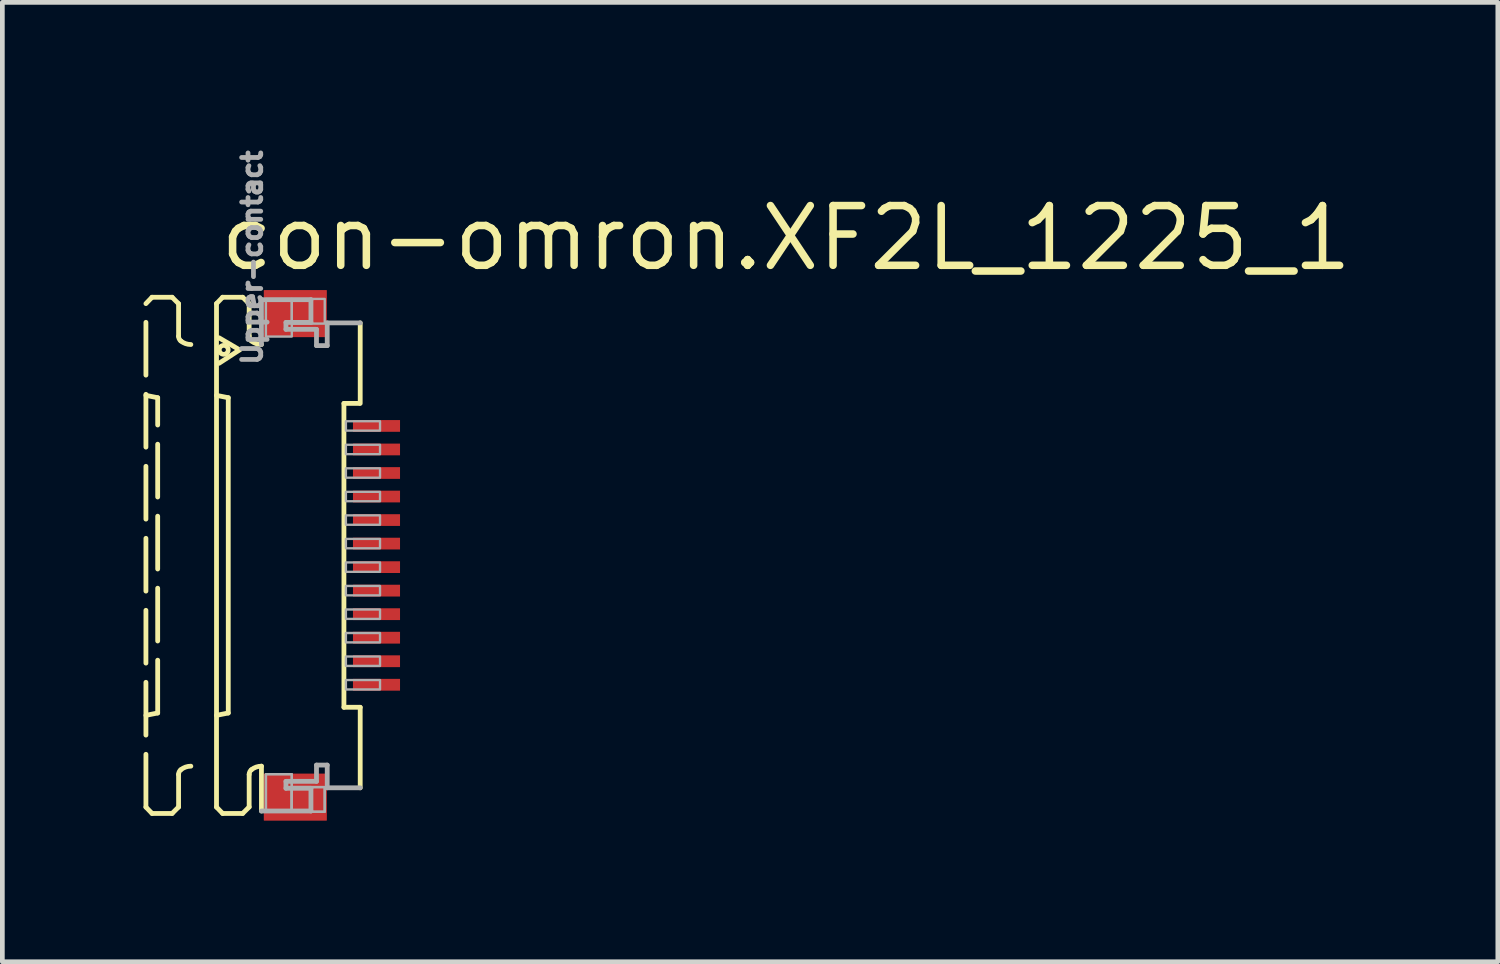
<source format=kicad_pcb>
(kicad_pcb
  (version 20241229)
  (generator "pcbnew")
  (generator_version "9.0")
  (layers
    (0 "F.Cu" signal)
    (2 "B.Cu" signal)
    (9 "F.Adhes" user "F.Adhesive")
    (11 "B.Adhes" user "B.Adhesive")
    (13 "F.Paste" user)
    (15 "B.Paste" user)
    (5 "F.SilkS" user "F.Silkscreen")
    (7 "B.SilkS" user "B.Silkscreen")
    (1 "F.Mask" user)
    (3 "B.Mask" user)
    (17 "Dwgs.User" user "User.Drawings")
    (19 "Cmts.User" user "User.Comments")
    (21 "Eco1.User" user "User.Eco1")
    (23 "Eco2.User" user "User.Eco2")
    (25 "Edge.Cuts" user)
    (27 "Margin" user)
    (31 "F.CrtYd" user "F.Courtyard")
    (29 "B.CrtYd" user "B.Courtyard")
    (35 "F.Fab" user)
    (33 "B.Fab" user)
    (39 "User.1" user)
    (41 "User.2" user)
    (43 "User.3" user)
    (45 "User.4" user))
  (footprint "con-omron.XF2L_1225_1"
    (layer "F.Cu")
    (at 3.046 8.752)
    (property "Reference" "con-omron.XF2L_1225_1" (at -1.5 -6 0) (layer "F.SilkS") (effects (font (size 1.27 1.27) (thickness 0.16)) (justify left bottom)))
    (attr smd)
    (fp_rect (start 1.355 -2.575) (end 2.455 -2.925) (stroke (width 0.05) (type default)) (fill yes) (layer "F.Mask"))
    (fp_rect (start 1.355 -2.075) (end 2.455 -2.425) (stroke (width 0.05) (type default)) (fill yes) (layer "F.Mask"))
    (fp_rect (start 1.355 -1.575) (end 2.455 -1.925) (stroke (width 0.05) (type default)) (fill yes) (layer "F.Mask"))
    (fp_rect (start 1.355 -1.075) (end 2.455 -1.425) (stroke (width 0.05) (type default)) (fill yes) (layer "F.Mask"))
    (fp_rect (start 1.355 -0.575) (end 2.455 -0.925) (stroke (width 0.05) (type default)) (fill yes) (layer "F.Mask"))
    (fp_rect (start 1.355 -0.075) (end 2.455 -0.425) (stroke (width 0.05) (type default)) (fill yes) (layer "F.Mask"))
    (fp_rect (start 1.355 0.425) (end 2.455 0.075) (stroke (width 0.05) (type default)) (fill yes) (layer "F.Mask"))
    (fp_rect (start 1.355 0.925) (end 2.455 0.575) (stroke (width 0.05) (type default)) (fill yes) (layer "F.Mask"))
    (fp_rect (start 1.355 1.425) (end 2.455 1.075) (stroke (width 0.05) (type default)) (fill yes) (layer "F.Mask"))
    (fp_rect (start 1.355 1.925) (end 2.455 1.575) (stroke (width 0.05) (type default)) (fill yes) (layer "F.Mask"))
    (fp_rect (start 1.355 2.425) (end 2.455 2.075) (stroke (width 0.05) (type default)) (fill yes) (layer "F.Mask"))
    (fp_rect (start 1.355 2.925) (end 2.455 2.575) (stroke (width 0.05) (type default)) (fill yes) (layer "F.Mask"))
    (fp_line (start -2.995 -5.35) (end -2.865 -5.485) (stroke (width 0.102) (type default)) (layer "F.SilkS"))
    (fp_line (start -2.995 -3.4) (end -2.745 -3.35) (stroke (width 0.102) (type default)) (layer "F.SilkS"))
    (fp_line (start -2.995 5.35) (end -2.995 -5.35) (stroke (width 0.102) (type dash)) (layer "F.SilkS"))
    (fp_line (start -2.995 5.35) (end -2.865 5.485) (stroke (width 0.102) (type default)) (layer "F.SilkS"))
    (fp_line (start -2.865 -5.485) (end -2.438 -5.485) (stroke (width 0.102) (type dash)) (layer "F.SilkS"))
    (fp_line (start -2.865 5.485) (end -2.438 5.485) (stroke (width 0.102) (type dash)) (layer "F.SilkS"))
    (fp_line (start -2.745 3.35) (end -2.995 3.4) (stroke (width 0.102) (type default)) (layer "F.SilkS"))
    (fp_line (start -2.745 3.35) (end -2.745 -3.35) (stroke (width 0.102) (type dash)) (layer "F.SilkS"))
    (fp_line (start -2.438 -5.485) (end -2.301 -5.348) (stroke (width 0.102) (type default)) (layer "F.SilkS"))
    (fp_line (start -2.438 5.485) (end -2.301 5.348) (stroke (width 0.102) (type default)) (layer "F.SilkS"))
    (fp_line (start -2.301 -5.348) (end -2.301 -4.656) (stroke (width 0.102) (type dash)) (layer "F.SilkS"))
    (fp_line (start -2.301 5.348) (end -2.301 4.656) (stroke (width 0.102) (type dash)) (layer "F.SilkS"))
    (fp_line (start -1.495 -5.35) (end -1.365 -5.485) (stroke (width 0.102) (type default)) (layer "F.SilkS"))
    (fp_line (start -1.495 -3.4) (end -1.245 -3.35) (stroke (width 0.102) (type default)) (layer "F.SilkS"))
    (fp_line (start -1.495 5.35) (end -1.495 -5.35) (stroke (width 0.102) (type default)) (layer "F.SilkS"))
    (fp_line (start -1.495 5.35) (end -1.365 5.485) (stroke (width 0.102) (type default)) (layer "F.SilkS"))
    (fp_line (start -1.441 -4.623) (end -1.005 -4.367) (stroke (width 0.102) (type default)) (layer "F.SilkS"))
    (fp_line (start -1.365 -5.485) (end -0.939 -5.485) (stroke (width 0.102) (type default)) (layer "F.SilkS"))
    (fp_line (start -1.365 5.485) (end -0.939 5.485) (stroke (width 0.102) (type default)) (layer "F.SilkS"))
    (fp_line (start -1.245 3.35) (end -1.495 3.4) (stroke (width 0.102) (type default)) (layer "F.SilkS"))
    (fp_line (start -1.245 3.35) (end -1.245 -3.35) (stroke (width 0.102) (type default)) (layer "F.SilkS"))
    (fp_line (start -1.005 -4.367) (end -1.441 -4.082) (stroke (width 0.102) (type default)) (layer "F.SilkS"))
    (fp_line (start -0.939 -5.485) (end -0.801 -5.348) (stroke (width 0.102) (type default)) (layer "F.SilkS"))
    (fp_line (start -0.939 5.485) (end -0.801 5.348) (stroke (width 0.102) (type default)) (layer "F.SilkS"))
    (fp_line (start -0.801 -5.348) (end -0.801 -4.656) (stroke (width 0.102) (type default)) (layer "F.SilkS"))
    (fp_line (start -0.801 5.348) (end -0.801 4.656) (stroke (width 0.102) (type default)) (layer "F.SilkS"))
    (fp_line (start -0.54 4.48) (end -0.54 5.433) (stroke (width 0.102) (type default)) (layer "F.SilkS"))
    (fp_line (start 1.213 3.229) (end 1.213 -3.229) (stroke (width 0.102) (type default)) (layer "F.SilkS"))
    (fp_line (start 1.538 -3.229) (end 1.213 -3.229) (stroke (width 0.102) (type default)) (layer "F.SilkS"))
    (fp_line (start 1.559 -4.94) (end 1.559 -3.229) (stroke (width 0.102) (type default)) (layer "F.SilkS"))
    (fp_line (start 1.559 3.229) (end 1.213 3.229) (stroke (width 0.102) (type default)) (layer "F.SilkS"))
    (fp_line (start 1.559 4.94) (end 1.559 3.229) (stroke (width 0.102) (type default)) (layer "F.SilkS"))
    (fp_arc (start -2.301 4.6557) (mid -2.288538 4.600596) (end -2.2536 4.5562) (stroke (width 0.1016) (type default)) (layer "F.SilkS"))
    (fp_arc (start -2.2536 -4.5562) (mid -2.288538 -4.600596) (end -2.301 -4.6557) (stroke (width 0.1016) (type default)) (layer "F.SilkS"))
    (fp_arc (start -2.2536 4.5562) (mid -2.153476 4.499936) (end -2.0403 4.4804) (stroke (width 0.1016) (type default)) (layer "F.SilkS"))
    (fp_arc (start -2.0403 -4.4804) (mid -2.153476 -4.499936) (end -2.2536 -4.5562) (stroke (width 0.1016) (type default)) (layer "F.SilkS"))
    (fp_arc (start -0.801 4.6557) (mid -0.788538 4.600596) (end -0.7536 4.5562) (stroke (width 0.1016) (type default)) (layer "F.SilkS"))
    (fp_arc (start -0.7536 -4.5562) (mid -0.788538 -4.600596) (end -0.801 -4.6557) (stroke (width 0.1016) (type default)) (layer "F.SilkS"))
    (fp_arc (start -0.7536 4.5562) (mid -0.653476 4.499936) (end -0.5403 4.4804) (stroke (width 0.1016) (type default)) (layer "F.SilkS"))
    (fp_arc (start -0.5403 -4.4804) (mid -0.653476 -4.499936) (end -0.7536 -4.5562) (stroke (width 0.1016) (type default)) (layer "F.SilkS"))
    (fp_circle (center -1.341 -4.367) (end -1.246 -4.367) (stroke (width 0.1) (type default)) (fill no) (layer "F.SilkS"))
    (fp_line (start -0.54 -5.433) (end 0.512 -5.433) (stroke (width 0.102) (type default)) (layer "F.Fab"))
    (fp_line (start -0.54 -4.48) (end -0.54 -5.433) (stroke (width 0.102) (type default)) (layer "F.Fab"))
    (fp_line (start -0.54 5.433) (end 0.512 5.433) (stroke (width 0.102) (type default)) (layer "F.Fab"))
    (fp_line (start -0.019 -4.95) (end -0.019 -4.803) (stroke (width 0.102) (type default)) (layer "F.Fab"))
    (fp_line (start -0.019 -4.803) (end 0.63 -4.803) (stroke (width 0.102) (type default)) (layer "F.Fab"))
    (fp_line (start -0.019 4.803) (end 0.63 4.803) (stroke (width 0.102) (type default)) (layer "F.Fab"))
    (fp_line (start -0.019 4.95) (end -0.019 4.803) (stroke (width 0.102) (type default)) (layer "F.Fab"))
    (fp_line (start 0.512 -5.433) (end 0.512 -4.95) (stroke (width 0.102) (type default)) (layer "F.Fab"))
    (fp_line (start 0.512 -4.95) (end -0.019 -4.95) (stroke (width 0.102) (type default)) (layer "F.Fab"))
    (fp_line (start 0.512 4.95) (end -0.019 4.95) (stroke (width 0.102) (type default)) (layer "F.Fab"))
    (fp_line (start 0.512 5.433) (end 0.512 4.95) (stroke (width 0.102) (type default)) (layer "F.Fab"))
    (fp_line (start 0.63 -4.803) (end 0.63 -4.457) (stroke (width 0.102) (type default)) (layer "F.Fab"))
    (fp_line (start 0.63 -4.457) (end 0.858 -4.457) (stroke (width 0.102) (type default)) (layer "F.Fab"))
    (fp_line (start 0.63 4.457) (end 0.858 4.457) (stroke (width 0.102) (type default)) (layer "F.Fab"))
    (fp_line (start 0.63 4.803) (end 0.63 4.457) (stroke (width 0.102) (type default)) (layer "F.Fab"))
    (fp_line (start 0.858 -4.94) (end 1.559 -4.94) (stroke (width 0.102) (type default)) (layer "F.Fab"))
    (fp_line (start 0.858 -4.457) (end 0.858 -4.94) (stroke (width 0.102) (type default)) (layer "F.Fab"))
    (fp_line (start 0.858 4.457) (end 0.858 4.94) (stroke (width 0.102) (type default)) (layer "F.Fab"))
    (fp_line (start 0.858 4.94) (end 1.559 4.94) (stroke (width 0.102) (type default)) (layer "F.Fab"))
    (fp_rect (start -0.445 -4.65) (end 0.105 -5.45) (stroke (width 0.05) (type default)) (fill no) (layer "F.Fab"))
    (fp_rect (start -0.445 5.45) (end 0.105 4.65) (stroke (width 0.05) (type default)) (fill no) (layer "F.Fab"))
    (fp_rect (start -0.445 5.45) (end 0.105 4.65) (stroke (width 0.05) (type default)) (fill no) (layer "F.Fab"))
    (fp_rect (start 0.105 -4.925) (end 0.805 -5.45) (stroke (width 0.05) (type default)) (fill no) (layer "F.Fab"))
    (fp_rect (start 0.105 5.45) (end 0.805 4.925) (stroke (width 0.05) (type default)) (fill no) (layer "F.Fab"))
    (fp_rect (start 0.105 5.45) (end 0.805 4.925) (stroke (width 0.05) (type default)) (fill no) (layer "F.Fab"))
    (fp_rect (start 1.255 -2.65) (end 1.98 -2.85) (stroke (width 0.05) (type default)) (fill no) (layer "F.Fab"))
    (fp_rect (start 1.255 -2.15) (end 1.98 -2.35) (stroke (width 0.05) (type default)) (fill no) (layer "F.Fab"))
    (fp_rect (start 1.255 -1.65) (end 1.98 -1.85) (stroke (width 0.05) (type default)) (fill no) (layer "F.Fab"))
    (fp_rect (start 1.255 -1.15) (end 1.98 -1.35) (stroke (width 0.05) (type default)) (fill no) (layer "F.Fab"))
    (fp_rect (start 1.255 -0.65) (end 1.98 -0.85) (stroke (width 0.05) (type default)) (fill no) (layer "F.Fab"))
    (fp_rect (start 1.255 -0.15) (end 1.98 -0.35) (stroke (width 0.05) (type default)) (fill no) (layer "F.Fab"))
    (fp_rect (start 1.255 0.35) (end 1.98 0.15) (stroke (width 0.05) (type default)) (fill no) (layer "F.Fab"))
    (fp_rect (start 1.255 0.85) (end 1.98 0.65) (stroke (width 0.05) (type default)) (fill no) (layer "F.Fab"))
    (fp_rect (start 1.255 1.35) (end 1.98 1.15) (stroke (width 0.05) (type default)) (fill no) (layer "F.Fab"))
    (fp_rect (start 1.255 1.85) (end 1.98 1.65) (stroke (width 0.05) (type default)) (fill no) (layer "F.Fab"))
    (fp_rect (start 1.255 2.35) (end 1.98 2.15) (stroke (width 0.05) (type default)) (fill no) (layer "F.Fab"))
    (fp_rect (start 1.255 2.85) (end 1.98 2.65) (stroke (width 0.05) (type default)) (fill no) (layer "F.Fab"))
    (fp_text user "Upper-contact" (at -0.5 -4 270) (layer "F.Fab") (effects (font (size 0.406 0.406) (thickness 0.15)) (justify left bottom)))
    (pad "1" smd roundrect (at 1.905 -2.75) (size 1 0.25) (layers "F.Cu" "F.Mask" "F.Paste") (roundrect_rratio 0.01))
    (pad "2" smd roundrect (at 1.905 -2.25) (size 1 0.25) (layers "F.Cu" "F.Mask" "F.Paste") (roundrect_rratio 0.01))
    (pad "3" smd roundrect (at 1.905 -1.75) (size 1 0.25) (layers "F.Cu" "F.Mask" "F.Paste") (roundrect_rratio 0.01))
    (pad "4" smd roundrect (at 1.905 -1.25) (size 1 0.25) (layers "F.Cu" "F.Mask" "F.Paste") (roundrect_rratio 0.01))
    (pad "5" smd roundrect (at 1.905 -0.75) (size 1 0.25) (layers "F.Cu" "F.Mask" "F.Paste") (roundrect_rratio 0.01))
    (pad "6" smd roundrect (at 1.905 -0.25) (size 1 0.25) (layers "F.Cu" "F.Mask" "F.Paste") (roundrect_rratio 0.01))
    (pad "7" smd roundrect (at 1.905 0.25) (size 1 0.25) (layers "F.Cu" "F.Mask" "F.Paste") (roundrect_rratio 0.01))
    (pad "8" smd roundrect (at 1.905 0.75) (size 1 0.25) (layers "F.Cu" "F.Mask" "F.Paste") (roundrect_rratio 0.01))
    (pad "9" smd roundrect (at 1.905 1.25) (size 1 0.25) (layers "F.Cu" "F.Mask" "F.Paste") (roundrect_rratio 0.01))
    (pad "10" smd roundrect (at 1.905 1.75) (size 1 0.25) (layers "F.Cu" "F.Mask" "F.Paste") (roundrect_rratio 0.01))
    (pad "11" smd roundrect (at 1.905 2.25) (size 1 0.25) (layers "F.Cu" "F.Mask" "F.Paste") (roundrect_rratio 0.01))
    (pad "12" smd roundrect (at 1.905 2.75) (size 1 0.25) (layers "F.Cu" "F.Mask" "F.Paste") (roundrect_rratio 0.01))
    (pad "M1" smd roundrect (at 0.18 -5.138) (size 1.34 1) (layers "F.Cu" "F.Mask" "F.Paste") (roundrect_rratio 0.01))
    (pad "M2" smd roundrect (at 0.18 5.138) (size 1.34 1) (layers "F.Cu" "F.Mask" "F.Paste") (roundrect_rratio 0.01)))
  (gr_rect
    (start -3 -3)
    (end 28.781 17.389)
    (stroke (width 0.1) (type default))
    (fill no)
    (layer "Edge.Cuts")))
</source>
